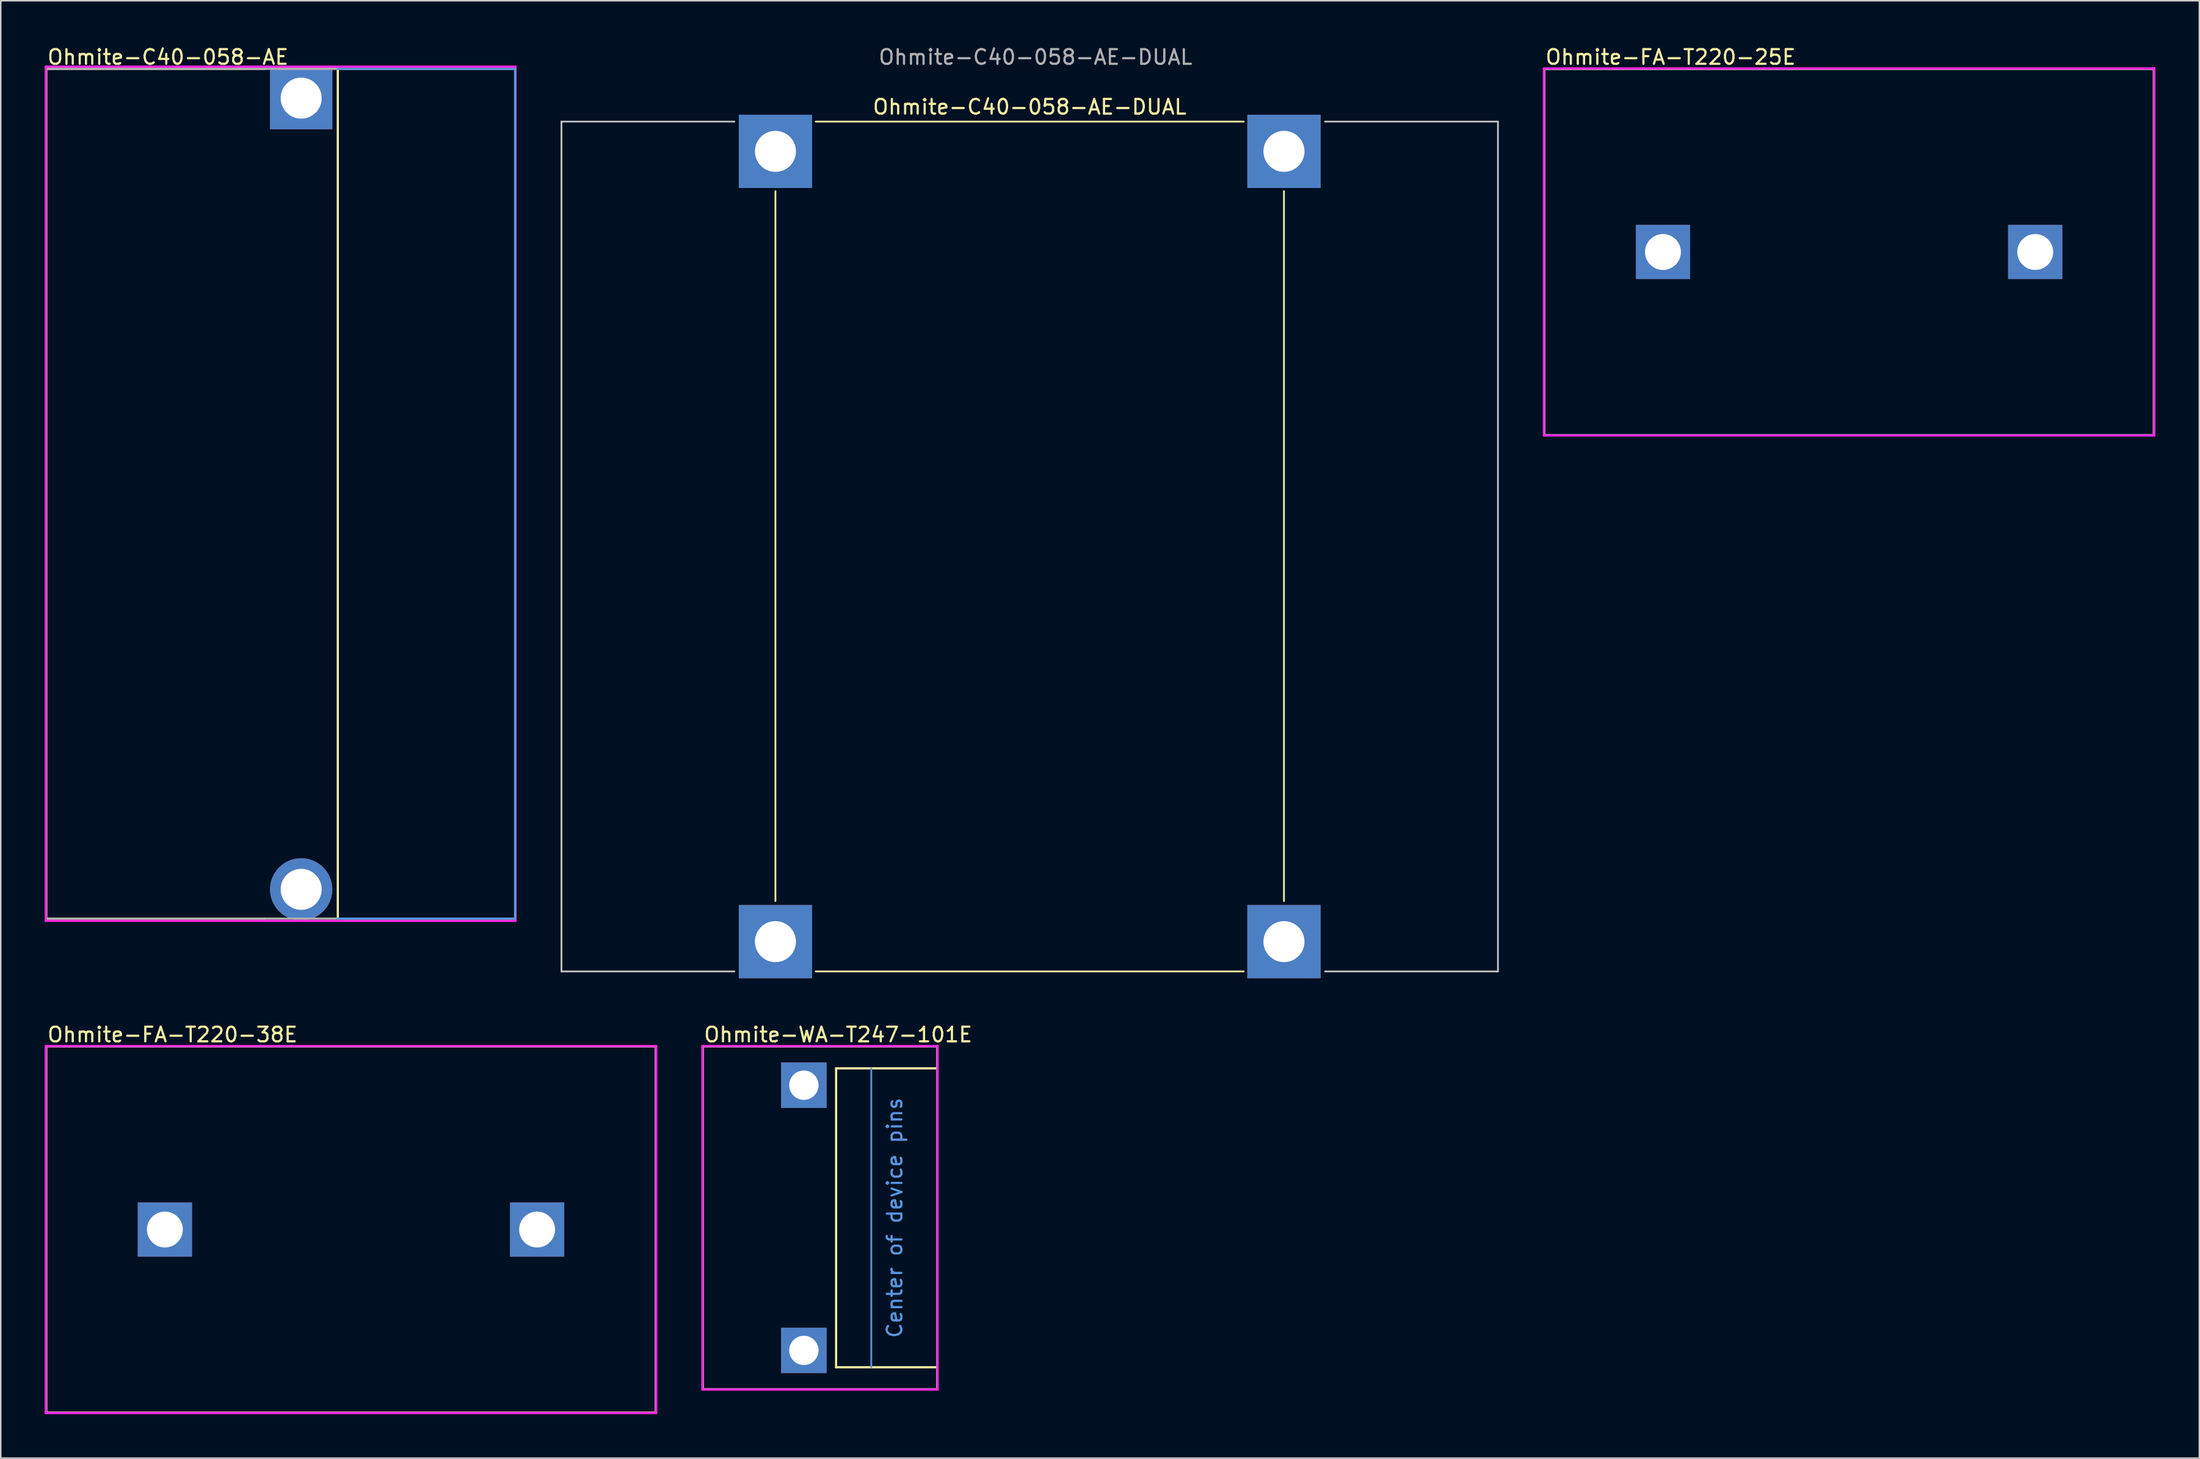
<source format=kicad_pcb>
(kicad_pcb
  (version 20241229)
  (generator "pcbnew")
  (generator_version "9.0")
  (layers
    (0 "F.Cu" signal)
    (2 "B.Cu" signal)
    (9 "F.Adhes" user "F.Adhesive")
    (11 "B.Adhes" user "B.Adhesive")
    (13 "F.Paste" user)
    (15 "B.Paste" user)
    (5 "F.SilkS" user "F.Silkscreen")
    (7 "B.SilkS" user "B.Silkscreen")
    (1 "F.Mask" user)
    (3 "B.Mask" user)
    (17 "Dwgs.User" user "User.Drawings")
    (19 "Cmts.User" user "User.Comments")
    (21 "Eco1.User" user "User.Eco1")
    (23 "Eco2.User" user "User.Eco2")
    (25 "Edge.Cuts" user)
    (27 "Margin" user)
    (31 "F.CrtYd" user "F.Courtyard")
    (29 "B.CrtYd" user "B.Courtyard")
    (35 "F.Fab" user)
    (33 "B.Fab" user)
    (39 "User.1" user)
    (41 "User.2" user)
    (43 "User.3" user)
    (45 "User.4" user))
  (footprint "Ohmite-C40-058-AE-DUAL"
    (layer "F.Cu")
    (at 67.21 5.248)
    (property "Reference" "Ohmite-C40-058-AE-DUAL" (at 0 -1 0) (unlocked yes) (layer "F.SilkS") (effects (font (size 1 1) (thickness 0.15))))
    (fp_line (start -17.35 4.75) (end -17.35 53.2) (stroke (width 0.12) (type solid)) (layer "F.SilkS"))
    (fp_line (start -14.6 0) (end 14.6 0) (stroke (width 0.12) (type solid)) (layer "F.SilkS"))
    (fp_line (start -14.6 58) (end 14.6 58) (stroke (width 0.12) (type solid)) (layer "F.SilkS"))
    (fp_line (start 17.35 4.75) (end 17.35 53.2) (stroke (width 0.12) (type solid)) (layer "F.SilkS"))
    (fp_line (start -31.95 0) (end -20.15 0) (stroke (width 0.12) (type solid)) (layer "Dwgs.User"))
    (fp_line (start -31.95 58) (end -31.95 0) (stroke (width 0.12) (type solid)) (layer "Dwgs.User"))
    (fp_line (start -31.95 58) (end -20.15 58) (stroke (width 0.12) (type solid)) (layer "Dwgs.User"))
    (fp_line (start 31.95 0) (end 20.15 0) (stroke (width 0.12) (type solid)) (layer "Dwgs.User"))
    (fp_line (start 31.95 0) (end 31.95 58) (stroke (width 0.12) (type solid)) (layer "Dwgs.User"))
    (fp_line (start 31.95 58) (end 20.15 58) (stroke (width 0.12) (type solid)) (layer "Dwgs.User"))
    (fp_text user "${REFERENCE}" (at 0.4 -4.4 0) (unlocked yes) (layer "F.Fab") (effects (font (size 1 1) (thickness 0.15))))
    (pad "" np_thru_hole rect (at -17.35 2.032) (size 5 5) (drill 2.8) (layers "*.Cu" "*.Mask"))
    (pad "" np_thru_hole rect (at -17.35 55.968) (size 5 5) (drill 2.8) (layers "*.Cu" "*.Mask"))
    (pad "" np_thru_hole rect (at 17.35 2.032) (size 5 5) (drill 2.8) (layers "*.Cu" "*.Mask"))
    (pad "" np_thru_hole rect (at 17.35 55.968) (size 5 5) (drill 2.8) (layers "*.Cu" "*.Mask")))
  (footprint "Ohmite-C40-058-AE"
    (layer "F.Cu")
    (at 16.1 30.648)
    (property "Reference" "Ohmite-C40-058-AE" (at -16 -29.8 0) (layer "F.SilkS") (effects (font (size 1 1) (thickness 0.15)) (justify left)))
    (fp_line (start -16 -29) (end -1.1 -29) (stroke (width 0.15) (type solid)) (layer "F.SilkS"))
    (fp_line (start -16 29) (end -16 -29) (stroke (width 0.15) (type solid)) (layer "F.SilkS"))
    (fp_line (start -16 29) (end -1.1 29) (stroke (width 0.15) (type solid)) (layer "F.SilkS"))
    (fp_line (start 3.9 29) (end 3.9 -29) (stroke (width 0.15) (type solid)) (layer "F.SilkS"))
    (fp_line (start 3.9 -29) (end 16 -29) (stroke (width 0.15) (type solid)) (layer "Cmts.User"))
    (fp_line (start 3.9 29) (end 16 29) (stroke (width 0.15) (type solid)) (layer "Cmts.User"))
    (fp_line (start 16 29) (end 16 -29) (stroke (width 0.15) (type solid)) (layer "Cmts.User"))
    (fp_line (start -16.025 -29.15) (end -16.025 29.15) (stroke (width 0.15) (type solid)) (layer "F.CrtYd"))
    (fp_line (start -16.025 29.15) (end 16.025 29.15) (stroke (width 0.15) (type solid)) (layer "F.CrtYd"))
    (fp_line (start 16.025 -29.15) (end -16.025 -29.15) (stroke (width 0.15) (type solid)) (layer "F.CrtYd"))
    (fp_line (start 16.025 -29.15) (end 16.025 -29.15) (stroke (width 0.15) (type solid)) (layer "F.CrtYd"))
    (fp_line (start 16.025 29.15) (end 16.025 -29.15) (stroke (width 0.15) (type solid)) (layer "F.CrtYd"))
    (fp_line (start -16 -29) (end 16 -29) (stroke (width 0.15) (type solid)) (layer "F.Fab"))
    (fp_line (start -16 29) (end -16 -29) (stroke (width 0.15) (type solid)) (layer "F.Fab"))
    (fp_line (start 16 -29) (end 16 29) (stroke (width 0.15) (type solid)) (layer "F.Fab"))
    (fp_line (start 16 29) (end -16 29) (stroke (width 0.15) (type solid)) (layer "F.Fab"))
    (pad "1" thru_hole rect (at 1.4 -27) (size 4.25 4.25) (drill 2.8) (layers "*.Cu" "*.Mask"))
    (pad "2" thru_hole circle (at 1.4 27) (size 4.25 4.25) (drill 2.8) (layers "*.Cu" "*.Mask")))
  (footprint "Ohmite-FA-T220-38E"
    (layer "F.Cu")
    (at 20.9 80.865)
    (property "Reference" "Ohmite-FA-T220-38E" (at -20.8 -13.3 0) (layer "F.SilkS") (effects (font (size 1 1) (thickness 0.15)) (justify left)))
    (fp_line (start -20.8 -12.5) (end 20.8 -12.5) (stroke (width 0.15) (type solid)) (layer "F.SilkS"))
    (fp_line (start -20.8 12.5) (end -20.8 -12.5) (stroke (width 0.15) (type solid)) (layer "F.SilkS"))
    (fp_line (start -20.8 12.5) (end 20.8 12.5) (stroke (width 0.15) (type solid)) (layer "F.SilkS"))
    (fp_line (start 20.8 12.5) (end 20.8 -12.5) (stroke (width 0.15) (type solid)) (layer "F.SilkS"))
    (fp_line (start -20.825 -12.525) (end -20.825 12.525) (stroke (width 0.15) (type solid)) (layer "F.CrtYd"))
    (fp_line (start -20.825 12.525) (end 20.825 12.525) (stroke (width 0.15) (type solid)) (layer "F.CrtYd"))
    (fp_line (start 20.825 -12.525) (end -20.825 -12.525) (stroke (width 0.15) (type solid)) (layer "F.CrtYd"))
    (fp_line (start 20.825 -12.525) (end 20.825 -12.525) (stroke (width 0.15) (type solid)) (layer "F.CrtYd"))
    (fp_line (start 20.825 12.525) (end 20.825 -12.525) (stroke (width 0.15) (type solid)) (layer "F.CrtYd"))
    (fp_line (start -20.8 -12.5) (end 20.8 -12.5) (stroke (width 0.15) (type solid)) (layer "F.Fab"))
    (fp_line (start -20.8 12.5) (end -20.8 -12.5) (stroke (width 0.15) (type solid)) (layer "F.Fab"))
    (fp_line (start 20.8 -12.5) (end 20.8 12.5) (stroke (width 0.15) (type solid)) (layer "F.Fab"))
    (fp_line (start 20.8 12.5) (end -20.8 12.5) (stroke (width 0.15) (type solid)) (layer "F.Fab"))
    (pad "1" thru_hole rect (at -12.7 0) (size 3.7 3.7) (drill 2.45) (layers "*.Cu" "*.Mask"))
    (pad "1" thru_hole rect (at 12.7 0) (size 3.7 3.7) (drill 2.45) (layers "*.Cu" "*.Mask")))
  (footprint "Ohmite-FA-T220-25E"
    (layer "F.Cu")
    (at 123.12 14.148)
    (property "Reference" "Ohmite-FA-T220-25E" (at -20.8 -13.3 0) (layer "F.SilkS") (effects (font (size 1 1) (thickness 0.15)) (justify left)))
    (fp_line (start -20.8 -12.5) (end 20.8 -12.5) (stroke (width 0.15) (type solid)) (layer "F.SilkS"))
    (fp_line (start -20.8 12.5) (end -20.8 -12.5) (stroke (width 0.15) (type solid)) (layer "F.SilkS"))
    (fp_line (start -20.8 12.5) (end 20.8 12.5) (stroke (width 0.15) (type solid)) (layer "F.SilkS"))
    (fp_line (start 20.8 12.5) (end 20.8 -12.5) (stroke (width 0.15) (type solid)) (layer "F.SilkS"))
    (fp_line (start -20.825 -12.525) (end -20.825 12.525) (stroke (width 0.15) (type solid)) (layer "F.CrtYd"))
    (fp_line (start -20.825 12.525) (end 20.825 12.525) (stroke (width 0.15) (type solid)) (layer "F.CrtYd"))
    (fp_line (start 20.825 -12.525) (end -20.825 -12.525) (stroke (width 0.15) (type solid)) (layer "F.CrtYd"))
    (fp_line (start 20.825 -12.525) (end 20.825 -12.525) (stroke (width 0.15) (type solid)) (layer "F.CrtYd"))
    (fp_line (start 20.825 12.525) (end 20.825 -12.525) (stroke (width 0.15) (type solid)) (layer "F.CrtYd"))
    (fp_line (start -20.8 -12.5) (end 20.8 -12.5) (stroke (width 0.15) (type solid)) (layer "F.Fab"))
    (fp_line (start -20.8 12.5) (end -20.8 -12.5) (stroke (width 0.15) (type solid)) (layer "F.Fab"))
    (fp_line (start 20.8 -12.5) (end 20.8 12.5) (stroke (width 0.15) (type solid)) (layer "F.Fab"))
    (fp_line (start 20.8 12.5) (end -20.8 12.5) (stroke (width 0.15) (type solid)) (layer "F.Fab"))
    (pad "1" thru_hole rect (at -12.7 0) (size 3.7 3.7) (drill 2.45) (layers "*.Cu" "*.Mask"))
    (pad "1" thru_hole rect (at 12.7 0) (size 3.7 3.7) (drill 2.45) (layers "*.Cu" "*.Mask")))
  (footprint "Ohmite-WA-T247-101E"
    (layer "F.Cu")
    (at 52.9 80.064)
    (property "Reference" "Ohmite-WA-T247-101E" (at -8 -12.5 0) (layer "F.SilkS") (effects (font (size 1 1) (thickness 0.15)) (justify left)))
    (fp_line (start -8 -11.7) (end 8 -11.7) (stroke (width 0.15) (type solid)) (layer "F.SilkS"))
    (fp_line (start -8 11.7) (end -8 -11.7) (stroke (width 0.15) (type solid)) (layer "F.SilkS"))
    (fp_line (start -8 11.7) (end 8 11.7) (stroke (width 0.15) (type solid)) (layer "F.SilkS"))
    (fp_line (start 1.1 -10.2) (end 1.1 10.2) (stroke (width 0.15) (type solid)) (layer "F.SilkS"))
    (fp_line (start 8 -11.7) (end 8 -10.2) (stroke (width 0.15) (type solid)) (layer "F.SilkS"))
    (fp_line (start 8 -10.2) (end 1.1 -10.2) (stroke (width 0.15) (type solid)) (layer "F.SilkS"))
    (fp_line (start 8 10.2) (end 1.1 10.2) (stroke (width 0.15) (type solid)) (layer "F.SilkS"))
    (fp_line (start 8 10.2) (end 8 11.7) (stroke (width 0.15) (type solid)) (layer "F.SilkS"))
    (fp_line (start 3.5 10.2) (end 3.5 -10.2) (stroke (width 0.12) (type solid)) (layer "Cmts.User"))
    (fp_line (start -8.025 -11.725) (end -8.025 11.725) (stroke (width 0.15) (type solid)) (layer "F.CrtYd"))
    (fp_line (start -8.025 11.725) (end 8.025 11.725) (stroke (width 0.15) (type solid)) (layer "F.CrtYd"))
    (fp_line (start 8.025 -11.725) (end -8.025 -11.725) (stroke (width 0.15) (type solid)) (layer "F.CrtYd"))
    (fp_line (start 8.025 -11.725) (end 8.025 -11.725) (stroke (width 0.15) (type solid)) (layer "F.CrtYd"))
    (fp_line (start 8.025 11.725) (end 8.025 -11.725) (stroke (width 0.15) (type solid)) (layer "F.CrtYd"))
    (fp_line (start -8 -11.7) (end 8 -11.7) (stroke (width 0.15) (type solid)) (layer "F.Fab"))
    (fp_line (start -8 11.7) (end -8 -11.7) (stroke (width 0.15) (type solid)) (layer "F.Fab"))
    (fp_line (start 8 -11.7) (end 8 11.7) (stroke (width 0.15) (type solid)) (layer "F.Fab"))
    (fp_line (start 8 11.7) (end -8 11.7) (stroke (width 0.15) (type solid)) (layer "F.Fab"))
    (fp_text user "Center of device pins" (at 5.1 0 90) (unlocked yes) (layer "Cmts.User") (effects (font (size 1 1) (thickness 0.15))))
    (pad "" np_thru_hole rect (at -1.1 -9.05) (size 3.1 3.1) (drill 2) (layers "*.Cu" "*.Mask"))
    (pad "" np_thru_hole rect (at -1.1 9.05) (size 3.1 3.1) (drill 2) (layers "*.Cu" "*.Mask")))
  (gr_rect
    (start -3 -3)
    (end 147.02 96.465)
    (stroke (width 0.1) (type default))
    (fill no)
    (layer "Edge.Cuts")))
</source>
